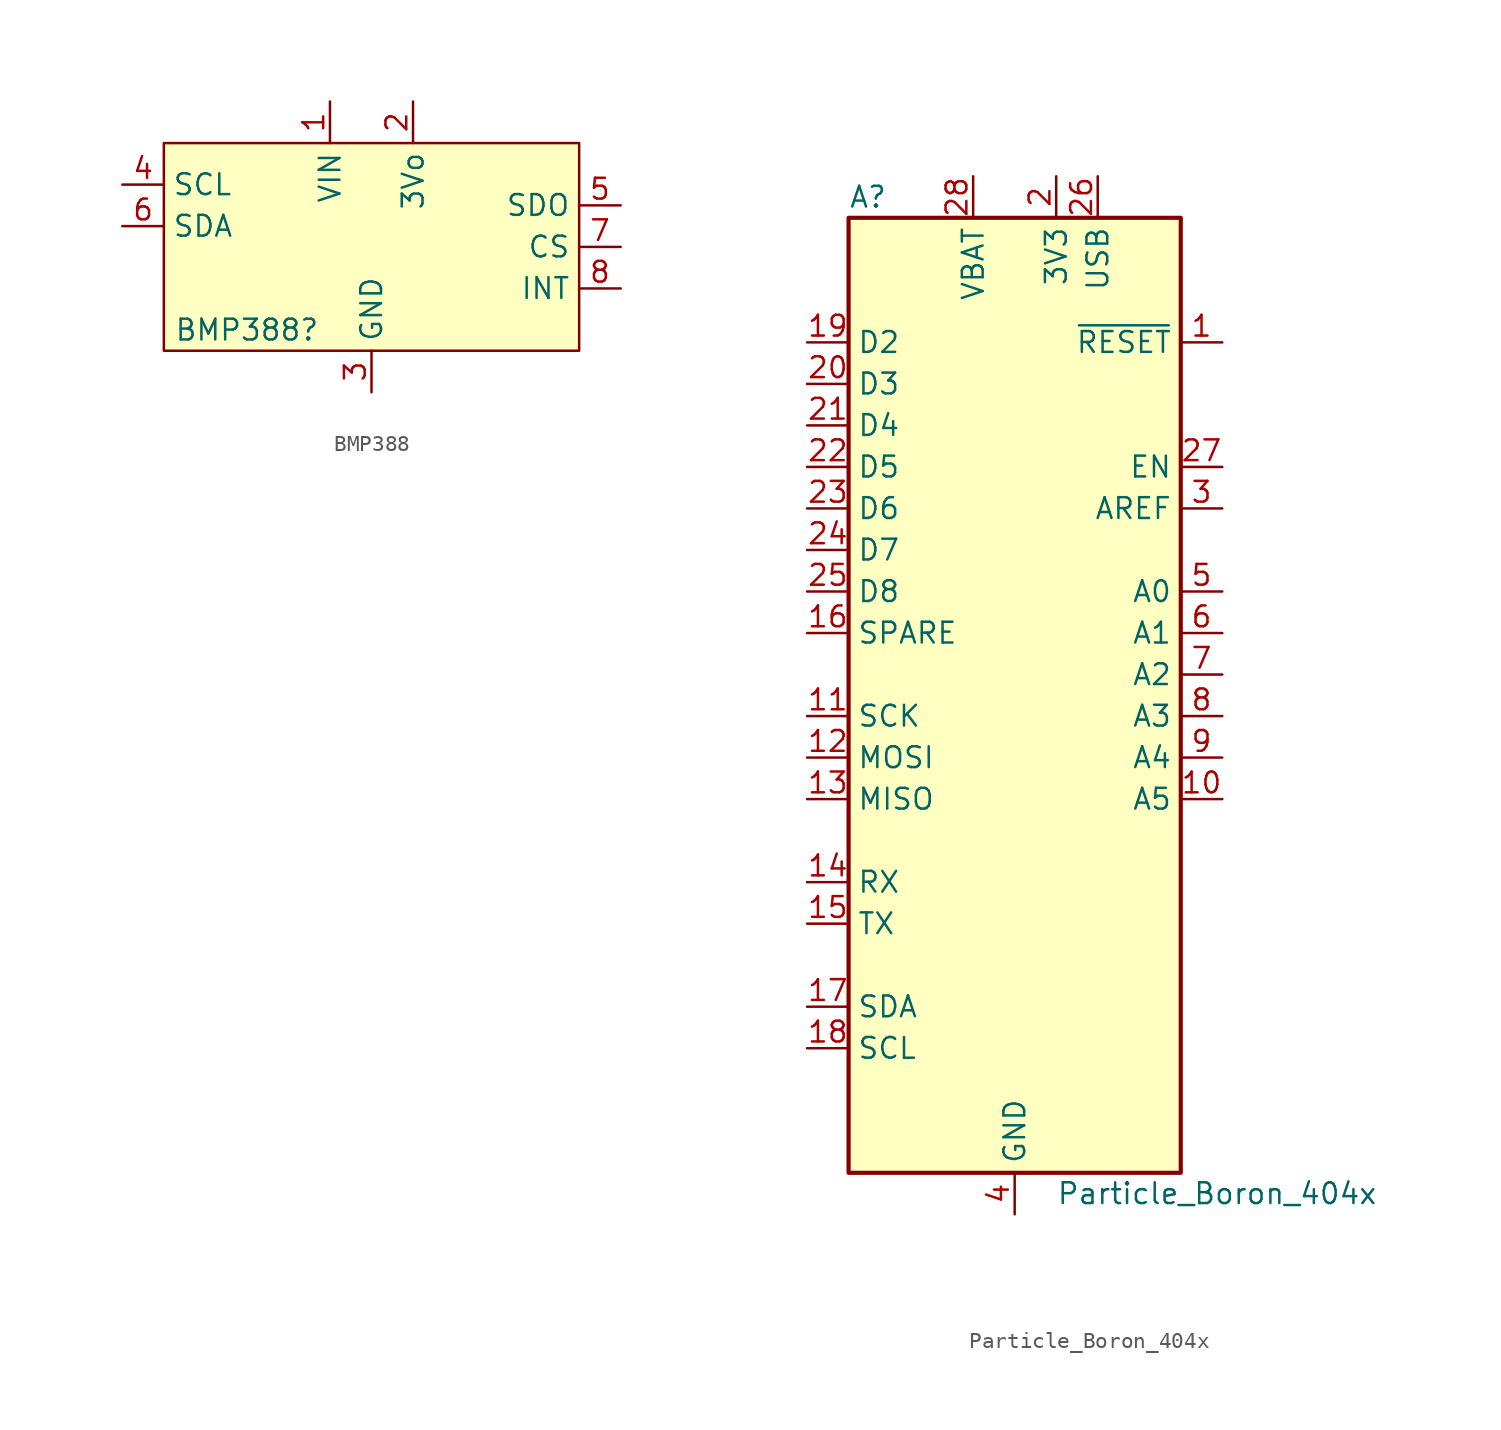
<source format=kicad_sym>
(kicad_symbol_lib
  (version 20220914)
  (generator kicad_symbol_editor)
  (symbol "BMP388"
    (property "Reference" "BMP388"
      (at -7.62 -5.08 0)
      (effects (font (size 1.27 1.27))))
    (property "Value" ""
      (at -7.62 -5.08 0)
      (effects (font (size 1.27 1.27))))
    (symbol "BMP388_0_1"
      (rectangle (start -12.7 6.35) (end 12.7 -6.35) (stroke (width 0) (type default)) (fill (type background))))
    (symbol "BMP388_1_1"
      (pin power_in line (at -2.54 8.89 270) (length 2.54) (name "VIN" (effects (font (size 1.27 1.27)))) (number "1" (effects (font (size 1.27 1.27)))))
      (pin power_in line (at 2.54 8.89 270) (length 2.54) (name "3Vo" (effects (font (size 1.27 1.27)))) (number "2" (effects (font (size 1.27 1.27)))))
      (pin power_out line (at 0 -8.89 90) (length 2.54) (name "GND" (effects (font (size 1.27 1.27)))) (number "3" (effects (font (size 1.27 1.27)))))
      (pin bidirectional line (at -15.24 3.81 0) (length 2.54) (name "SCL" (effects (font (size 1.27 1.27)))) (number "4" (effects (font (size 1.27 1.27)))))
      (pin bidirectional line (at 15.24 2.54 180) (length 2.54) (name "SDO" (effects (font (size 1.27 1.27)))) (number "5" (effects (font (size 1.27 1.27)))))
      (pin bidirectional line (at -15.24 1.27 0) (length 2.54) (name "SDA" (effects (font (size 1.27 1.27)))) (number "6" (effects (font (size 1.27 1.27)))))
      (pin bidirectional line (at 15.24 0 180) (length 2.54) (name "CS" (effects (font (size 1.27 1.27)))) (number "7" (effects (font (size 1.27 1.27)))))
      (pin bidirectional line (at 15.24 -2.54 180) (length 2.54) (name "INT" (effects (font (size 1.27 1.27)))) (number "8" (effects (font (size 1.27 1.27)))))))
  (symbol "Particle_Boron_404x"
    (property "Reference" "A"
      (at -10.16 29.21 0)
      (effects (font (size 1.27 1.27)) (justify left)))
    (property "Value" "Particle_Boron_404x"
      (at 2.54 -31.75 0)
      (effects (font (size 1.27 1.27)) (justify left)))
    (symbol "Particle_Boron_404x_0_1"
      (rectangle (start -10.16 27.94) (end 10.16 -30.48) (stroke (width 0.254) (type default)) (fill (type background))))
    (symbol "Particle_Boron_404x_1_1"
      (pin input line (at 12.7 20.32 180) (length 2.54) (name "~{RESET}" (effects (font (size 1.27 1.27)))) (number "1" (effects (font (size 1.27 1.27)))))
      (pin bidirectional line (at 12.7 -7.62 180) (length 2.54) (name "A5" (effects (font (size 1.27 1.27)))) (number "10" (effects (font (size 1.27 1.27)))))
      (pin bidirectional line (at -12.7 -2.54 0) (length 2.54) (name "SCK" (effects (font (size 1.27 1.27)))) (number "11" (effects (font (size 1.27 1.27)))))
      (pin bidirectional line (at -12.7 -5.08 0) (length 2.54) (name "MOSI" (effects (font (size 1.27 1.27)))) (number "12" (effects (font (size 1.27 1.27)))))
      (pin bidirectional line (at -12.7 -7.62 0) (length 2.54) (name "MISO" (effects (font (size 1.27 1.27)))) (number "13" (effects (font (size 1.27 1.27)))))
      (pin bidirectional line (at -12.7 -12.7 0) (length 2.54) (name "RX" (effects (font (size 1.27 1.27)))) (number "14" (effects (font (size 1.27 1.27)))))
      (pin bidirectional line (at -12.7 -15.24 0) (length 2.54) (name "TX" (effects (font (size 1.27 1.27)))) (number "15" (effects (font (size 1.27 1.27)))))
      (pin bidirectional line (at -12.7 2.54 0) (length 2.54) (name "SPARE" (effects (font (size 1.27 1.27)))) (number "16" (effects (font (size 1.27 1.27)))))
      (pin bidirectional line (at -12.7 -20.32 0) (length 2.54) (name "SDA" (effects (font (size 1.27 1.27)))) (number "17" (effects (font (size 1.27 1.27)))))
      (pin bidirectional line (at -12.7 -22.86 0) (length 2.54) (name "SCL" (effects (font (size 1.27 1.27)))) (number "18" (effects (font (size 1.27 1.27)))))
      (pin bidirectional line (at -12.7 20.32 0) (length 2.54) (name "D2" (effects (font (size 1.27 1.27)))) (number "19" (effects (font (size 1.27 1.27)))))
      (pin power_in line (at 2.54 30.48 270) (length 2.54) (name "3V3" (effects (font (size 1.27 1.27)))) (number "2" (effects (font (size 1.27 1.27)))))
      (pin bidirectional line (at -12.7 17.78 0) (length 2.54) (name "D3" (effects (font (size 1.27 1.27)))) (number "20" (effects (font (size 1.27 1.27)))))
      (pin bidirectional line (at -12.7 15.24 0) (length 2.54) (name "D4" (effects (font (size 1.27 1.27)))) (number "21" (effects (font (size 1.27 1.27)))))
      (pin bidirectional line (at -12.7 12.7 0) (length 2.54) (name "D5" (effects (font (size 1.27 1.27)))) (number "22" (effects (font (size 1.27 1.27)))))
      (pin bidirectional line (at -12.7 10.16 0) (length 2.54) (name "D6" (effects (font (size 1.27 1.27)))) (number "23" (effects (font (size 1.27 1.27)))))
      (pin bidirectional line (at -12.7 7.62 0) (length 2.54) (name "D7" (effects (font (size 1.27 1.27)))) (number "24" (effects (font (size 1.27 1.27)))))
      (pin bidirectional line (at -12.7 5.08 0) (length 2.54) (name "D8" (effects (font (size 1.27 1.27)))) (number "25" (effects (font (size 1.27 1.27)))))
      (pin power_in line (at 5.08 30.48 270) (length 2.54) (name "USB" (effects (font (size 1.27 1.27)))) (number "26" (effects (font (size 1.27 1.27)))))
      (pin input line (at 12.7 12.7 180) (length 2.54) (name "EN" (effects (font (size 1.27 1.27)))) (number "27" (effects (font (size 1.27 1.27)))))
      (pin power_in line (at -2.54 30.48 270) (length 2.54) (name "VBAT" (effects (font (size 1.27 1.27)))) (number "28" (effects (font (size 1.27 1.27)))))
      (pin input line (at 12.7 10.16 180) (length 2.54) (name "AREF" (effects (font (size 1.27 1.27)))) (number "3" (effects (font (size 1.27 1.27)))))
      (pin power_in line (at 0 -33.02 90) (length 2.54) (name "GND" (effects (font (size 1.27 1.27)))) (number "4" (effects (font (size 1.27 1.27)))))
      (pin bidirectional line (at 12.7 5.08 180) (length 2.54) (name "A0" (effects (font (size 1.27 1.27)))) (number "5" (effects (font (size 1.27 1.27)))))
      (pin bidirectional line (at 12.7 2.54 180) (length 2.54) (name "A1" (effects (font (size 1.27 1.27)))) (number "6" (effects (font (size 1.27 1.27)))))
      (pin bidirectional line (at 12.7 0 180) (length 2.54) (name "A2" (effects (font (size 1.27 1.27)))) (number "7" (effects (font (size 1.27 1.27)))))
      (pin bidirectional line (at 12.7 -2.54 180) (length 2.54) (name "A3" (effects (font (size 1.27 1.27)))) (number "8" (effects (font (size 1.27 1.27)))))
      (pin bidirectional line (at 12.7 -5.08 180) (length 2.54) (name "A4" (effects (font (size 1.27 1.27)))) (number "9" (effects (font (size 1.27 1.27))))))))
</source>
